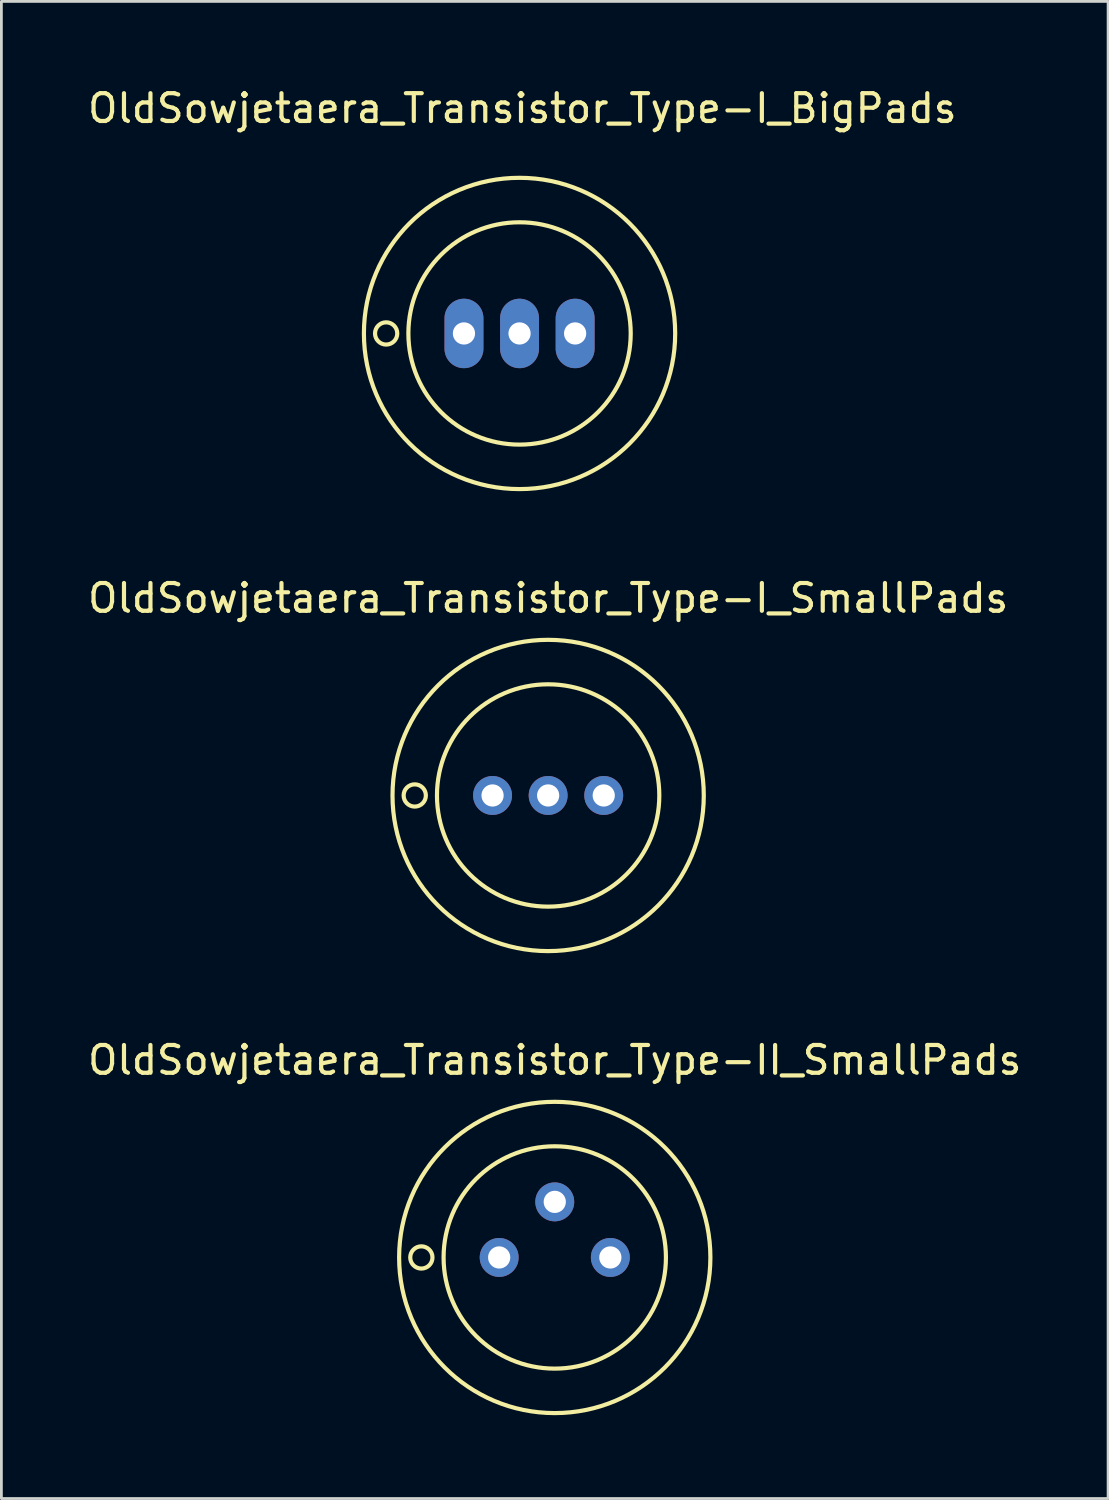
<source format=kicad_pcb>
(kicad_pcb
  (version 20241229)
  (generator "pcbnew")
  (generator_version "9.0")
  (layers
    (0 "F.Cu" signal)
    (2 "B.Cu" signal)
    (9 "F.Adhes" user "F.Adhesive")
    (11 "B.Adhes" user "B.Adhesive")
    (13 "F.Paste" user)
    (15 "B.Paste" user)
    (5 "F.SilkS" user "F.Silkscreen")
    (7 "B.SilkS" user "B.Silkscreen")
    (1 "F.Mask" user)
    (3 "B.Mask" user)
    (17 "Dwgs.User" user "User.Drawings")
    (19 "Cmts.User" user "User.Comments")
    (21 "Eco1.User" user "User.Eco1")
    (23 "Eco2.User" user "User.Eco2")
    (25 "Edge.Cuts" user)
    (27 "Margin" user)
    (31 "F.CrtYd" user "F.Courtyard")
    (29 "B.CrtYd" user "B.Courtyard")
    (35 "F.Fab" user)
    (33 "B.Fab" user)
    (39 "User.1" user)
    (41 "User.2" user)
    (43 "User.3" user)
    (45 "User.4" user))
  (footprint "OldSowjetaera_Transistor_Type-II_SmallPads"
    (layer "F.Cu")
    (at 16.911 42.195)
    (property "Reference" "OldSowjetaera_Transistor_Type-II_SmallPads" (at 0 -7.1 0) (layer "F.SilkS") (effects (font (size 1 1) (thickness 0.15))))
    (attr through_hole)
    (fp_circle (center -4.8 0) (end -4.8 0.4) (stroke (width 0.15) (type solid)) (fill no) (layer "F.SilkS"))
    (fp_circle (center 0 0) (end 4 0) (stroke (width 0.15) (type solid)) (fill no) (layer "F.SilkS"))
    (fp_circle (center 0 0) (end 5.6 0) (stroke (width 0.15) (type solid)) (fill no) (layer "F.SilkS"))
    (pad "1" thru_hole circle (at -2 0) (size 1.4 1.4) (drill 0.8) (layers "*.Cu" "*.Mask"))
    (pad "2" thru_hole circle (at 0 -2) (size 1.4 1.4) (drill 0.8) (layers "*.Cu" "*.Mask"))
    (pad "3" thru_hole circle (at 2 0) (size 1.4 1.4) (drill 0.8) (layers "*.Cu" "*.Mask")))
  (footprint "OldSowjetaera_Transistor_Type-I_SmallPads"
    (layer "F.Cu")
    (at 16.673 25.572)
    (property "Reference" "OldSowjetaera_Transistor_Type-I_SmallPads" (at 0 -7.1 0) (layer "F.SilkS") (effects (font (size 1 1) (thickness 0.15))))
    (attr through_hole)
    (fp_circle (center -4.8 0) (end -4.8 0.4) (stroke (width 0.15) (type solid)) (fill no) (layer "F.SilkS"))
    (fp_circle (center 0 0) (end 4 0) (stroke (width 0.15) (type solid)) (fill no) (layer "F.SilkS"))
    (fp_circle (center 0 0) (end 5.6 0) (stroke (width 0.15) (type solid)) (fill no) (layer "F.SilkS"))
    (pad "1" thru_hole circle (at -2 0) (size 1.4 1.4) (drill 0.8) (layers "*.Cu" "*.Mask"))
    (pad "2" thru_hole circle (at 0 0) (size 1.4 1.4) (drill 0.8) (layers "*.Cu" "*.Mask"))
    (pad "3" thru_hole circle (at 2 0) (size 1.4 1.4) (drill 0.8) (layers "*.Cu" "*.Mask")))
  (footprint "OldSowjetaera_Transistor_Type-I_BigPads"
    (layer "F.Cu")
    (at 15.644 8.948)
    (property "Reference" "OldSowjetaera_Transistor_Type-I_BigPads" (at 0.1 -8.1 0) (layer "F.SilkS") (effects (font (size 1 1) (thickness 0.15))))
    (attr through_hole)
    (fp_circle (center -4.8 0) (end -4.8 0.4) (stroke (width 0.15) (type solid)) (fill no) (layer "F.SilkS"))
    (fp_circle (center 0 0) (end 4 0) (stroke (width 0.15) (type solid)) (fill no) (layer "F.SilkS"))
    (fp_circle (center 0 0) (end 5.6 0) (stroke (width 0.15) (type solid)) (fill no) (layer "F.SilkS"))
    (pad "1" thru_hole oval (at -2 0) (size 1.4 2.5) (drill 0.8) (layers "*.Cu" "*.Mask"))
    (pad "2" thru_hole oval (at 0 0) (size 1.4 2.5) (drill 0.8) (layers "*.Cu" "*.Mask"))
    (pad "3" thru_hole oval (at 2 0) (size 1.4 2.5) (drill 0.8) (layers "*.Cu" "*.Mask")))
  (gr_rect
    (start -3 -3)
    (end 36.821 50.87)
    (stroke (width 0.1) (type default))
    (fill no)
    (layer "Edge.Cuts")))
</source>
